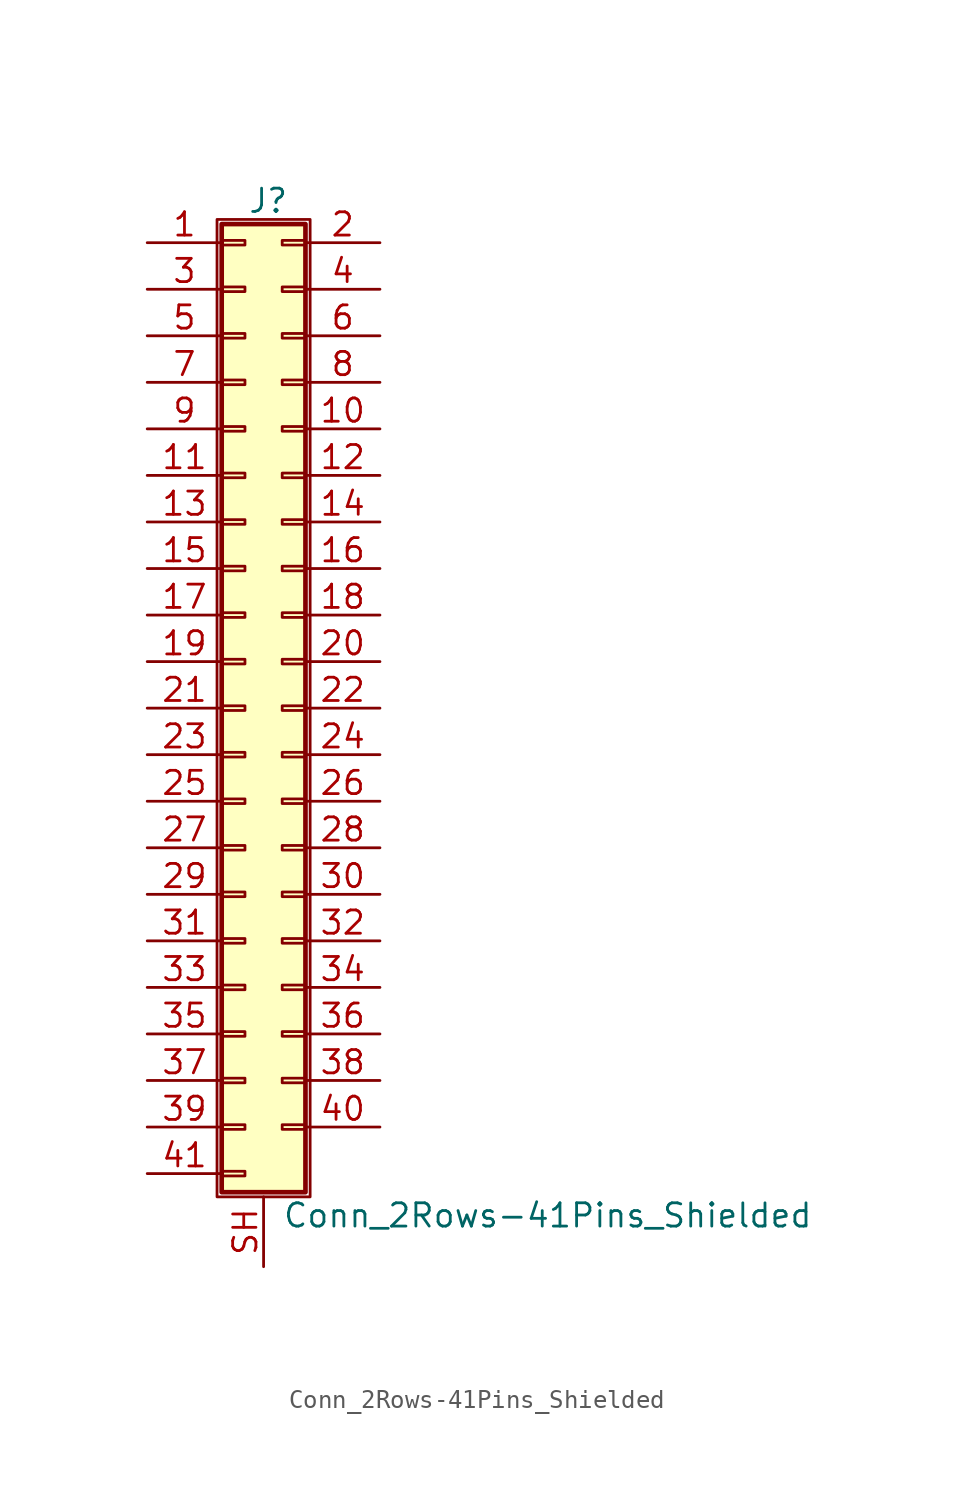
<source format=kicad_sym>
(kicad_symbol_lib
  (version 20220914)
  (generator kicad_symbol_editor)
  (symbol "Conn_2Rows-41Pins_Shielded"
    (pin_names
      (offset 1.016) hide)
    (property "Reference" "J"
      (at 1.524 27.686 0)
      (effects (font (size 1.27 1.27))))
    (property "Value" "Conn_2Rows-41Pins_Shielded"
      (at 2.286 -27.686 0)
      (effects (font (size 1.27 1.27)) (justify left)))
    (symbol "Conn_2Rows-41Pins_Shielded_1_1"
      (rectangle (start -1.27 26.67) (end 3.81 -26.67) (stroke (width 0.152) (type default)) (fill (type none)))
      (rectangle (start -1.016 -25.273) (end 0.254 -25.527) (stroke (width 0.152) (type default)) (fill (type none)))
      (rectangle (start -1.016 -22.733) (end 0.254 -22.987) (stroke (width 0.152) (type default)) (fill (type none)))
      (rectangle (start -1.016 -20.193) (end 0.254 -20.447) (stroke (width 0.152) (type default)) (fill (type none)))
      (rectangle (start -1.016 -17.653) (end 0.254 -17.907) (stroke (width 0.152) (type default)) (fill (type none)))
      (rectangle (start -1.016 -15.113) (end 0.254 -15.367) (stroke (width 0.152) (type default)) (fill (type none)))
      (rectangle (start -1.016 -12.573) (end 0.254 -12.827) (stroke (width 0.152) (type default)) (fill (type none)))
      (rectangle (start -1.016 -10.033) (end 0.254 -10.287) (stroke (width 0.152) (type default)) (fill (type none)))
      (rectangle (start -1.016 -7.493) (end 0.254 -7.747) (stroke (width 0.152) (type default)) (fill (type none)))
      (rectangle (start -1.016 -4.953) (end 0.254 -5.207) (stroke (width 0.152) (type default)) (fill (type none)))
      (rectangle (start -1.016 -2.413) (end 0.254 -2.667) (stroke (width 0.152) (type default)) (fill (type none)))
      (rectangle (start -1.016 0.127) (end 0.254 -0.127) (stroke (width 0.152) (type default)) (fill (type none)))
      (rectangle (start -1.016 2.667) (end 0.254 2.413) (stroke (width 0.152) (type default)) (fill (type none)))
      (rectangle (start -1.016 5.207) (end 0.254 4.953) (stroke (width 0.152) (type default)) (fill (type none)))
      (rectangle (start -1.016 7.747) (end 0.254 7.493) (stroke (width 0.152) (type default)) (fill (type none)))
      (rectangle (start -1.016 10.287) (end 0.254 10.033) (stroke (width 0.152) (type default)) (fill (type none)))
      (rectangle (start -1.016 12.827) (end 0.254 12.573) (stroke (width 0.152) (type default)) (fill (type none)))
      (rectangle (start -1.016 15.367) (end 0.254 15.113) (stroke (width 0.152) (type default)) (fill (type none)))
      (rectangle (start -1.016 17.907) (end 0.254 17.653) (stroke (width 0.152) (type default)) (fill (type none)))
      (rectangle (start -1.016 20.447) (end 0.254 20.193) (stroke (width 0.152) (type default)) (fill (type none)))
      (rectangle (start -1.016 22.987) (end 0.254 22.733) (stroke (width 0.152) (type default)) (fill (type none)))
      (rectangle (start -1.016 25.527) (end 0.254 25.273) (stroke (width 0.152) (type default)) (fill (type none)))
      (rectangle (start -1.016 26.416) (end 3.556 -26.416) (stroke (width 0.254) (type default)) (fill (type background)))
      (rectangle (start 3.556 -22.733) (end 2.286 -22.987) (stroke (width 0.152) (type default)) (fill (type none)))
      (rectangle (start 3.556 -20.193) (end 2.286 -20.447) (stroke (width 0.152) (type default)) (fill (type none)))
      (rectangle (start 3.556 -17.653) (end 2.286 -17.907) (stroke (width 0.152) (type default)) (fill (type none)))
      (rectangle (start 3.556 -15.113) (end 2.286 -15.367) (stroke (width 0.152) (type default)) (fill (type none)))
      (rectangle (start 3.556 -12.573) (end 2.286 -12.827) (stroke (width 0.152) (type default)) (fill (type none)))
      (rectangle (start 3.556 -10.033) (end 2.286 -10.287) (stroke (width 0.152) (type default)) (fill (type none)))
      (rectangle (start 3.556 -7.493) (end 2.286 -7.747) (stroke (width 0.152) (type default)) (fill (type none)))
      (rectangle (start 3.556 -4.953) (end 2.286 -5.207) (stroke (width 0.152) (type default)) (fill (type none)))
      (rectangle (start 3.556 -2.413) (end 2.286 -2.667) (stroke (width 0.152) (type default)) (fill (type none)))
      (rectangle (start 3.556 0.127) (end 2.286 -0.127) (stroke (width 0.152) (type default)) (fill (type none)))
      (rectangle (start 3.556 2.667) (end 2.286 2.413) (stroke (width 0.152) (type default)) (fill (type none)))
      (rectangle (start 3.556 5.207) (end 2.286 4.953) (stroke (width 0.152) (type default)) (fill (type none)))
      (rectangle (start 3.556 7.747) (end 2.286 7.493) (stroke (width 0.152) (type default)) (fill (type none)))
      (rectangle (start 3.556 10.287) (end 2.286 10.033) (stroke (width 0.152) (type default)) (fill (type none)))
      (rectangle (start 3.556 12.827) (end 2.286 12.573) (stroke (width 0.152) (type default)) (fill (type none)))
      (rectangle (start 3.556 15.367) (end 2.286 15.113) (stroke (width 0.152) (type default)) (fill (type none)))
      (rectangle (start 3.556 17.907) (end 2.286 17.653) (stroke (width 0.152) (type default)) (fill (type none)))
      (rectangle (start 3.556 20.447) (end 2.286 20.193) (stroke (width 0.152) (type default)) (fill (type none)))
      (rectangle (start 3.556 22.987) (end 2.286 22.733) (stroke (width 0.152) (type default)) (fill (type none)))
      (rectangle (start 3.556 25.527) (end 2.286 25.273) (stroke (width 0.152) (type default)) (fill (type none)))
      (pin passive line (at -5.08 25.4 0) (length 4.064) (name "Pin_1" (effects (font (size 1.27 1.27)))) (number "1" (effects (font (size 1.27 1.27)))))
      (pin passive line (at 7.62 15.24 180) (length 4.064) (name "Pin_10" (effects (font (size 1.27 1.27)))) (number "10" (effects (font (size 1.27 1.27)))))
      (pin passive line (at -5.08 12.7 0) (length 4.064) (name "Pin_11" (effects (font (size 1.27 1.27)))) (number "11" (effects (font (size 1.27 1.27)))))
      (pin passive line (at 7.62 12.7 180) (length 4.064) (name "Pin_12" (effects (font (size 1.27 1.27)))) (number "12" (effects (font (size 1.27 1.27)))))
      (pin passive line (at -5.08 10.16 0) (length 4.064) (name "Pin_13" (effects (font (size 1.27 1.27)))) (number "13" (effects (font (size 1.27 1.27)))))
      (pin passive line (at 7.62 10.16 180) (length 4.064) (name "Pin_14" (effects (font (size 1.27 1.27)))) (number "14" (effects (font (size 1.27 1.27)))))
      (pin passive line (at -5.08 7.62 0) (length 4.064) (name "Pin_15" (effects (font (size 1.27 1.27)))) (number "15" (effects (font (size 1.27 1.27)))))
      (pin passive line (at 7.62 7.62 180) (length 4.064) (name "Pin_16" (effects (font (size 1.27 1.27)))) (number "16" (effects (font (size 1.27 1.27)))))
      (pin passive line (at -5.08 5.08 0) (length 4.064) (name "Pin_17" (effects (font (size 1.27 1.27)))) (number "17" (effects (font (size 1.27 1.27)))))
      (pin passive line (at 7.62 5.08 180) (length 4.064) (name "Pin_18" (effects (font (size 1.27 1.27)))) (number "18" (effects (font (size 1.27 1.27)))))
      (pin passive line (at -5.08 2.54 0) (length 4.064) (name "Pin_19" (effects (font (size 1.27 1.27)))) (number "19" (effects (font (size 1.27 1.27)))))
      (pin passive line (at 7.62 25.4 180) (length 4.064) (name "Pin_2" (effects (font (size 1.27 1.27)))) (number "2" (effects (font (size 1.27 1.27)))))
      (pin passive line (at 7.62 2.54 180) (length 4.064) (name "Pin_20" (effects (font (size 1.27 1.27)))) (number "20" (effects (font (size 1.27 1.27)))))
      (pin passive line (at -5.08 0 0) (length 4.064) (name "Pin_21" (effects (font (size 1.27 1.27)))) (number "21" (effects (font (size 1.27 1.27)))))
      (pin passive line (at 7.62 0 180) (length 4.064) (name "Pin_22" (effects (font (size 1.27 1.27)))) (number "22" (effects (font (size 1.27 1.27)))))
      (pin passive line (at -5.08 -2.54 0) (length 4.064) (name "Pin_23" (effects (font (size 1.27 1.27)))) (number "23" (effects (font (size 1.27 1.27)))))
      (pin passive line (at 7.62 -2.54 180) (length 4.064) (name "Pin_24" (effects (font (size 1.27 1.27)))) (number "24" (effects (font (size 1.27 1.27)))))
      (pin passive line (at -5.08 -5.08 0) (length 4.064) (name "Pin_25" (effects (font (size 1.27 1.27)))) (number "25" (effects (font (size 1.27 1.27)))))
      (pin passive line (at 7.62 -5.08 180) (length 4.064) (name "Pin_26" (effects (font (size 1.27 1.27)))) (number "26" (effects (font (size 1.27 1.27)))))
      (pin passive line (at -5.08 -7.62 0) (length 4.064) (name "Pin_27" (effects (font (size 1.27 1.27)))) (number "27" (effects (font (size 1.27 1.27)))))
      (pin passive line (at 7.62 -7.62 180) (length 4.064) (name "Pin_28" (effects (font (size 1.27 1.27)))) (number "28" (effects (font (size 1.27 1.27)))))
      (pin passive line (at -5.08 -10.16 0) (length 4.064) (name "Pin_29" (effects (font (size 1.27 1.27)))) (number "29" (effects (font (size 1.27 1.27)))))
      (pin passive line (at -5.08 22.86 0) (length 4.064) (name "Pin_3" (effects (font (size 1.27 1.27)))) (number "3" (effects (font (size 1.27 1.27)))))
      (pin passive line (at 7.62 -10.16 180) (length 4.064) (name "Pin_30" (effects (font (size 1.27 1.27)))) (number "30" (effects (font (size 1.27 1.27)))))
      (pin passive line (at -5.08 -12.7 0) (length 4.064) (name "Pin_31" (effects (font (size 1.27 1.27)))) (number "31" (effects (font (size 1.27 1.27)))))
      (pin passive line (at 7.62 -12.7 180) (length 4.064) (name "Pin_32" (effects (font (size 1.27 1.27)))) (number "32" (effects (font (size 1.27 1.27)))))
      (pin passive line (at -5.08 -15.24 0) (length 4.064) (name "Pin_33" (effects (font (size 1.27 1.27)))) (number "33" (effects (font (size 1.27 1.27)))))
      (pin passive line (at 7.62 -15.24 180) (length 4.064) (name "Pin_34" (effects (font (size 1.27 1.27)))) (number "34" (effects (font (size 1.27 1.27)))))
      (pin passive line (at -5.08 -17.78 0) (length 4.064) (name "Pin_35" (effects (font (size 1.27 1.27)))) (number "35" (effects (font (size 1.27 1.27)))))
      (pin passive line (at 7.62 -17.78 180) (length 4.064) (name "Pin_36" (effects (font (size 1.27 1.27)))) (number "36" (effects (font (size 1.27 1.27)))))
      (pin passive line (at -5.08 -20.32 0) (length 4.064) (name "Pin_37" (effects (font (size 1.27 1.27)))) (number "37" (effects (font (size 1.27 1.27)))))
      (pin passive line (at 7.62 -20.32 180) (length 4.064) (name "Pin_38" (effects (font (size 1.27 1.27)))) (number "38" (effects (font (size 1.27 1.27)))))
      (pin passive line (at -5.08 -22.86 0) (length 4.064) (name "Pin_39" (effects (font (size 1.27 1.27)))) (number "39" (effects (font (size 1.27 1.27)))))
      (pin passive line (at 7.62 22.86 180) (length 4.064) (name "Pin_4" (effects (font (size 1.27 1.27)))) (number "4" (effects (font (size 1.27 1.27)))))
      (pin passive line (at 7.62 -22.86 180) (length 4.064) (name "Pin_40" (effects (font (size 1.27 1.27)))) (number "40" (effects (font (size 1.27 1.27)))))
      (pin passive line (at -5.08 -25.4 0) (length 4.064) (name "Pin_41" (effects (font (size 1.27 1.27)))) (number "41" (effects (font (size 1.27 1.27)))))
      (pin passive line (at -5.08 20.32 0) (length 4.064) (name "Pin_5" (effects (font (size 1.27 1.27)))) (number "5" (effects (font (size 1.27 1.27)))))
      (pin passive line (at 7.62 20.32 180) (length 4.064) (name "Pin_6" (effects (font (size 1.27 1.27)))) (number "6" (effects (font (size 1.27 1.27)))))
      (pin passive line (at -5.08 17.78 0) (length 4.064) (name "Pin_7" (effects (font (size 1.27 1.27)))) (number "7" (effects (font (size 1.27 1.27)))))
      (pin passive line (at 7.62 17.78 180) (length 4.064) (name "Pin_8" (effects (font (size 1.27 1.27)))) (number "8" (effects (font (size 1.27 1.27)))))
      (pin passive line (at -5.08 15.24 0) (length 4.064) (name "Pin_9" (effects (font (size 1.27 1.27)))) (number "9" (effects (font (size 1.27 1.27)))))
      (pin passive line (at 1.27 -30.48 90) (length 3.81) (name "Shield" (effects (font (size 1.27 1.27)))) (number "SH" (effects (font (size 1.27 1.27))))))))
</source>
